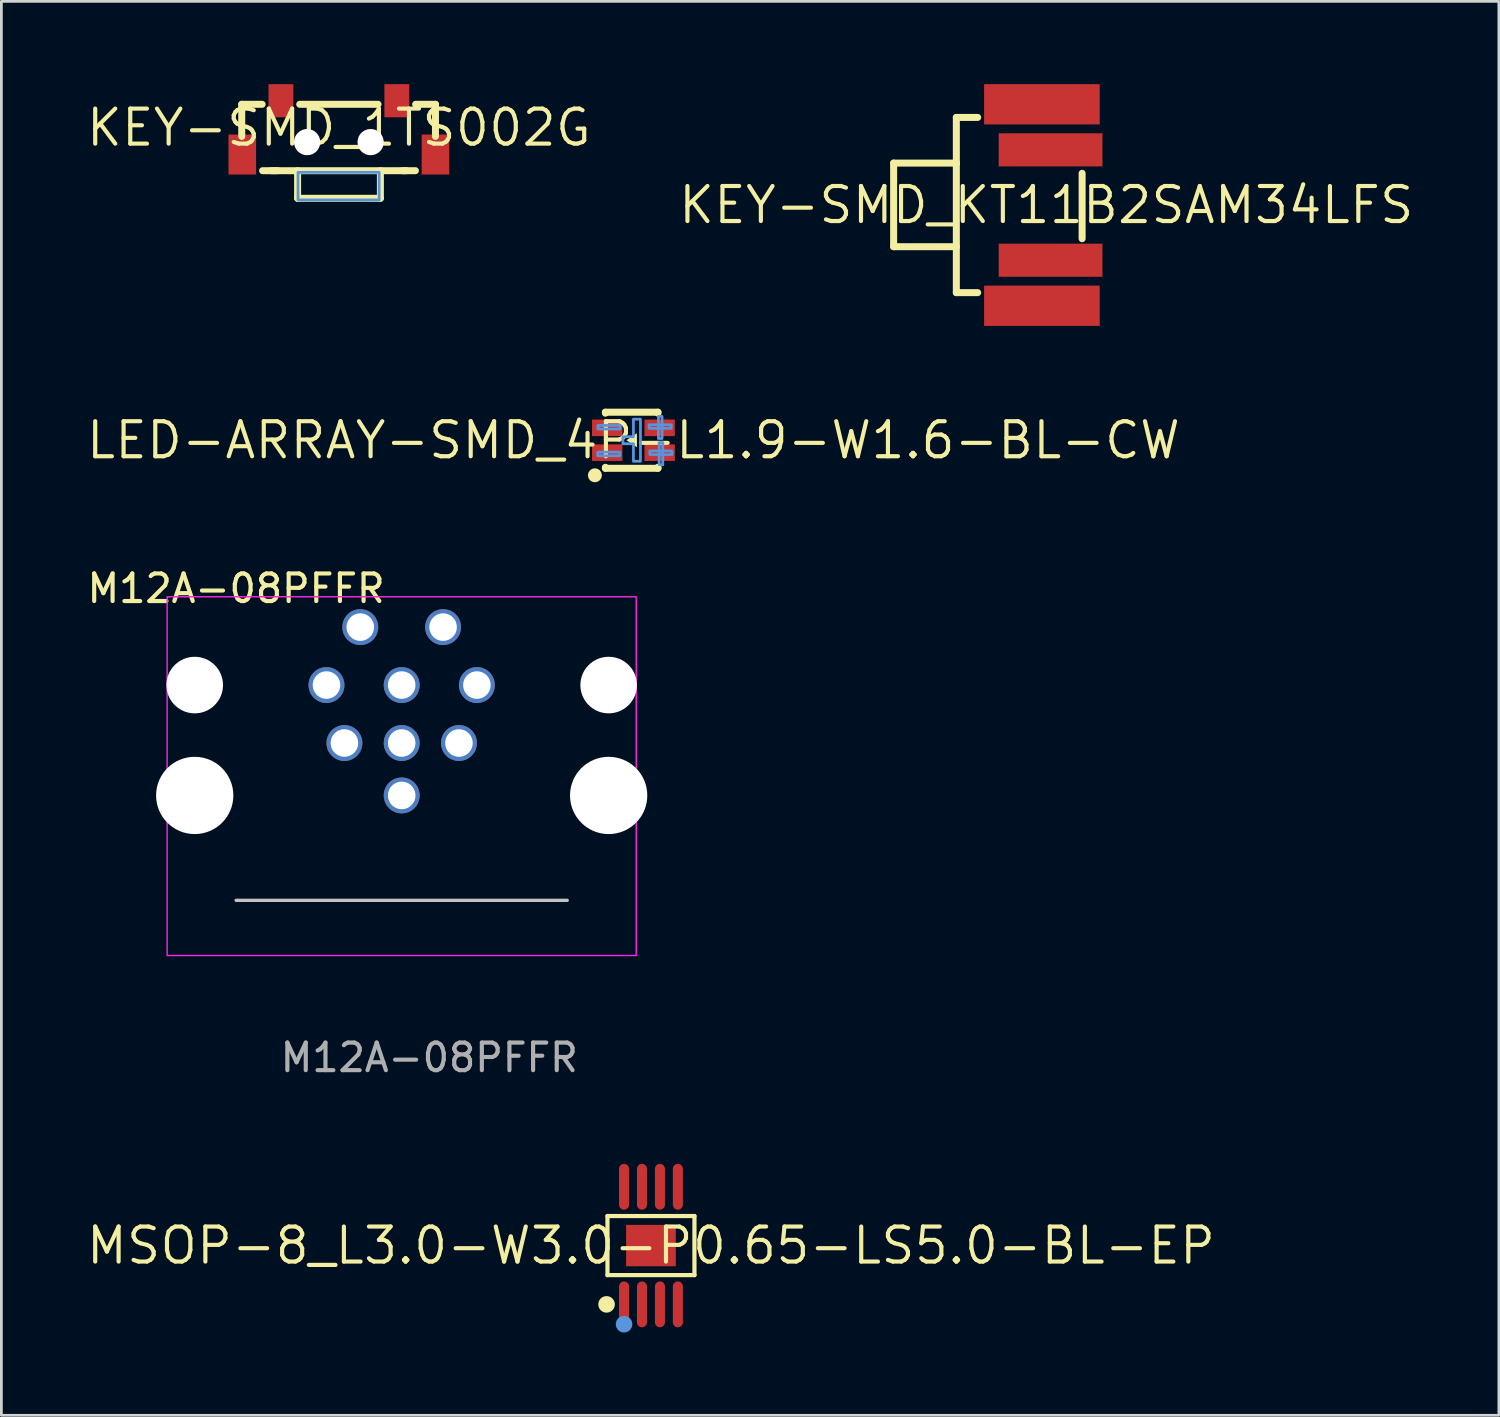
<source format=kicad_pcb>
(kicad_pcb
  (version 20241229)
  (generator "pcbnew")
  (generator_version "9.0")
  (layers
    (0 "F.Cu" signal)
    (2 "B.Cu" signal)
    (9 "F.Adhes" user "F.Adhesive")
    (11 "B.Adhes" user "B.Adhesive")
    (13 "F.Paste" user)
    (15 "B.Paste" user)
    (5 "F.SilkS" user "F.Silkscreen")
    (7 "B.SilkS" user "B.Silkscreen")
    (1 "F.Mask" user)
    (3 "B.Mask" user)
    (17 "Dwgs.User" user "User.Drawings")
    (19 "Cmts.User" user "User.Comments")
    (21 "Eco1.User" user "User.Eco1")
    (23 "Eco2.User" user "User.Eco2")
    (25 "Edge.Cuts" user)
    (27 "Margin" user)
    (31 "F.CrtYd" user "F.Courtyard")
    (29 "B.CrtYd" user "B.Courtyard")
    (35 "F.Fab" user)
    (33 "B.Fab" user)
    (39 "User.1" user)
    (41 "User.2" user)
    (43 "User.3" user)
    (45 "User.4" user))
  (footprint "LED-ARRAY-SMD_4P-L1.9-W1.6-BL-CW"
    (layer "F.Cu")
    (at 19.904 12.903)
    (property "Reference" "LED-ARRAY-SMD_4P-L1.9-W1.6-BL-CW" (at 0 0 0) (layer "F.SilkS") (effects (font (size 1.27 1.27) (thickness 0.15))))
    (attr smd)
    (fp_line (start -1.016 -1.016) (end -1.016 -0.981) (stroke (width 0.254) (type solid)) (layer "F.SilkS"))
    (fp_line (start -1.016 -1.016) (end 0.889 -1.016) (stroke (width 0.254) (type solid)) (layer "F.SilkS"))
    (fp_line (start -1.016 0.981) (end -1.016 1.016) (stroke (width 0.254) (type solid)) (layer "F.SilkS"))
    (fp_line (start 0.889 -1.016) (end 0.889 -0.981) (stroke (width 0.254) (type solid)) (layer "F.SilkS"))
    (fp_line (start 0.889 0.981) (end 0.889 1.016) (stroke (width 0.254) (type solid)) (layer "F.SilkS"))
    (fp_line (start 0.889 1.016) (end -1.016 1.016) (stroke (width 0.254) (type solid)) (layer "F.SilkS"))
    (fp_circle (center -1.397 1.27) (end -1.27 1.27) (stroke (width 0.254) (type solid)) (fill no) (layer "F.SilkS"))
    (fp_poly (pts (xy -0.254 0) (xy 0.127 0.254) (xy 0.127 -0.254)) (stroke (width 0) (type solid)) (fill yes) (layer "F.SilkS"))
    (fp_poly (pts (xy -1.292 0.431) (xy -0.492 0.431) (xy -0.492 0.563) (xy -1.294 0.563) (xy -1.294 0.527)) (stroke (width 0.1) (type solid)) (fill no) (layer "Cmts.User"))
    (fp_poly (pts (xy -1.286 -0.537) (xy -0.486 -0.537) (xy -0.486 -0.406) (xy -1.287 -0.406) (xy -1.287 -0.442)) (stroke (width 0.1) (type solid)) (fill no) (layer "Cmts.User"))
    (fp_poly (pts (xy 0.568 -0.561) (xy 1.368 -0.561) (xy 1.368 -0.43) (xy 0.567 -0.43) (xy 0.567 -0.466)) (stroke (width 0.1) (type solid)) (fill no) (layer "Cmts.User"))
    (fp_poly (pts (xy 0.595 0.388) (xy 1.395 0.388) (xy 1.395 0.519) (xy 0.593 0.519) (xy 0.593 0.483)) (stroke (width 0.1) (type solid)) (fill no) (layer "Cmts.User"))
    (fp_poly (pts (xy 0.905 -0.063) (xy 0.905 -0.863) (xy 1.037 -0.863) (xy 1.037 -0.062) (xy 1.001 -0.062)) (stroke (width 0.1) (type solid)) (fill no) (layer "Cmts.User"))
    (fp_poly (pts (xy 0.932 0.886) (xy 0.932 0.086) (xy 1.064 0.086) (xy 1.064 0.887) (xy 1.027 0.887)) (stroke (width 0.1) (type solid)) (fill no) (layer "Cmts.User"))
    (fp_poly (pts (xy 0 -0.762) (xy 0 -0.127) (xy -0.381 -0.127) (xy -0.381 0.127) (xy 0 0.127) (xy 0 0.762) (xy 0.254 0.762) (xy 0.254 -0.762)) (stroke (width 0.1) (type solid)) (fill no) (layer "Cmts.User"))
    (fp_text user "" (at 0 0 0) (layer "Cmts.User") (effects (font (size 1 1) (thickness 0.15))))
    (pad "1" smd rect (at -0.95 0.45) (size 1.1 0.6) (layers "F.Cu" "F.Mask" "F.Paste"))
    (pad "2" smd rect (at -0.95 -0.45) (size 1.1 0.6) (layers "F.Cu" "F.Mask" "F.Paste"))
    (pad "3" smd rect (at 0.95 -0.45) (size 1.1 0.6) (layers "F.Cu" "F.Mask" "F.Paste"))
    (pad "4" smd rect (at 0.95 0.45) (size 1.1 0.6) (layers "F.Cu" "F.Mask" "F.Paste")))
  (footprint "MSOP-8_L3.0-W3.0-P0.65-LS5.0-BL-EP"
    (layer "F.Cu")
    (at 20.539 42.086)
    (property "Reference" "MSOP-8_L3.0-W3.0-P0.65-LS5.0-BL-EP" (at 0 0 0) (layer "F.SilkS") (effects (font (size 1.27 1.27) (thickness 0.15))))
    (attr smd)
    (fp_line (start -1.576 -1.071) (end 1.576 -1.071) (stroke (width 0.152) (type solid)) (layer "F.SilkS"))
    (fp_line (start -1.576 1.071) (end -1.576 -1.071) (stroke (width 0.152) (type solid)) (layer "F.SilkS"))
    (fp_line (start 1.576 -1.071) (end 1.576 1.071) (stroke (width 0.152) (type solid)) (layer "F.SilkS"))
    (fp_line (start 1.576 1.071) (end -1.576 1.071) (stroke (width 0.152) (type solid)) (layer "F.SilkS"))
    (fp_circle (center -1.609 2.131) (end -1.459 2.131) (stroke (width 0.3) (type solid)) (fill no) (layer "F.SilkS"))
    (fp_circle (center -0.975 2.85) (end -0.825 2.85) (stroke (width 0.3) (type solid)) (fill no) (layer "Cmts.User"))
    (fp_text user "" (at 0 0 0) (layer "Cmts.User") (effects (font (size 1 1) (thickness 0.15))))
    (pad "1" smd oval (at -0.975 2.131) (size 0.364 1.662) (layers "F.Cu" "F.Mask" "F.Paste"))
    (pad "2" smd oval (at -0.325 2.131) (size 0.364 1.662) (layers "F.Cu" "F.Mask" "F.Paste"))
    (pad "3" smd oval (at 0.325 2.131) (size 0.364 1.662) (layers "F.Cu" "F.Mask" "F.Paste"))
    (pad "4" smd oval (at 0.975 2.131) (size 0.364 1.662) (layers "F.Cu" "F.Mask" "F.Paste"))
    (pad "5" smd oval (at 0.975 -2.131) (size 0.364 1.662) (layers "F.Cu" "F.Mask" "F.Paste"))
    (pad "6" smd oval (at 0.325 -2.131) (size 0.364 1.662) (layers "F.Cu" "F.Mask" "F.Paste"))
    (pad "7" smd oval (at -0.325 -2.131) (size 0.364 1.662) (layers "F.Cu" "F.Mask" "F.Paste"))
    (pad "8" smd oval (at -0.975 -2.131) (size 0.364 1.662) (layers "F.Cu" "F.Mask" "F.Paste"))
    (pad "9" smd rect (at 0 0) (size 1.8 1.5) (layers "F.Cu" "F.Mask" "F.Paste")))
  (footprint "KEY-SMD_1TS002G"
    (layer "F.Cu")
    (at 9.23 1.575)
    (property "Reference" "KEY-SMD_1TS002G" (at 0 0 0) (layer "F.SilkS") (effects (font (size 1.27 1.27) (thickness 0.15))))
    (attr smd)
    (fp_line (start -3.52 -0.845) (end -3.52 0.319) (stroke (width 0.254) (type solid)) (layer "F.SilkS"))
    (fp_line (start -3.52 -0.845) (end -2.781 -0.845) (stroke (width 0.254) (type solid)) (layer "F.SilkS"))
    (fp_line (start -2.44 1.56) (end 2.448 1.56) (stroke (width 0.254) (type solid)) (layer "F.SilkS"))
    (fp_line (start -2.224 1.56) (end -2.765 1.56) (stroke (width 0.254) (type solid)) (layer "F.SilkS"))
    (fp_line (start -1.496 1.56) (end -1.496 2.56) (stroke (width 0.254) (type solid)) (layer "F.SilkS"))
    (fp_line (start -1.496 2.56) (end 1.504 2.56) (stroke (width 0.254) (type solid)) (layer "F.SilkS"))
    (fp_line (start -1.419 -0.845) (end 1.419 -0.845) (stroke (width 0.254) (type solid)) (layer "F.SilkS"))
    (fp_line (start 1.504 2.56) (end 1.504 1.56) (stroke (width 0.254) (type solid)) (layer "F.SilkS"))
    (fp_line (start 2.31 1.56) (end 2.773 1.56) (stroke (width 0.254) (type solid)) (layer "F.SilkS"))
    (fp_line (start 2.781 -0.845) (end 3.5 -0.845) (stroke (width 0.254) (type solid)) (layer "F.SilkS"))
    (fp_line (start 3.5 -0.845) (end 3.5 0.319) (stroke (width 0.254) (type solid)) (layer "F.SilkS"))
    (fp_circle (center -1.15 0.525) (end -0.975 0.525) (stroke (width 0.35) (type solid)) (fill no) (layer "Cmts.User"))
    (fp_circle (center 1.15 0.525) (end 1.325 0.525) (stroke (width 0.35) (type solid)) (fill no) (layer "Cmts.User"))
    (fp_poly (pts (xy -1.48 1.62) (xy 1.46 1.62) (xy 1.46 2.62) (xy -1.48 2.62) (xy -1.48 2.52)) (stroke (width 0.1) (type solid)) (fill no) (layer "Cmts.User"))
    (fp_text user "" (at 0 0 0) (layer "Cmts.User") (effects (font (size 1 1) (thickness 0.15))))
    (pad "" np_thru_hole circle (at -1.15 0.525) (size 0.95 0.95) (drill 0.95) (layers "*.Cu" "*.Mask"))
    (pad "" np_thru_hole circle (at 1.15 0.525) (size 0.95 0.95) (drill 0.95) (layers "*.Cu" "*.Mask"))
    (pad "1" smd rect (at -2.1 -0.975 270) (size 1.2 0.9) (layers "F.Cu" "F.Mask" "F.Paste"))
    (pad "2" smd rect (at 2.1 -0.975 90) (size 1.2 0.9) (layers "F.Cu" "F.Mask" "F.Paste"))
    (pad "3" smd rect (at 3.5 0.975 180) (size 1 1.45) (layers "F.Cu" "F.Mask" "F.Paste"))
    (pad "4" smd rect (at -3.5 0.975 180) (size 1 1.45) (layers "F.Cu" "F.Mask" "F.Paste")))
  (footprint "M12A-08PFFR"
    (layer "F.Cu")
    (at 11.506 31.575)
    (property "Reference" "M12A-08PFFR" (at -6 -13.3 0) (unlocked yes) (layer "F.SilkS") (effects (font (size 1 1) (thickness 0.15))))
    (attr through_hole)
    (fp_line (start -6 -2) (end 6 -2) (stroke (width 0.12) (type default)) (layer "Dwgs.User"))
    (fp_rect (start -8.5 -13) (end 8.5 0) (stroke (width 0.05) (type default)) (fill no) (layer "F.CrtYd"))
    (fp_text user "${REFERENCE}" (at 1 3.7 0) (unlocked yes) (layer "F.Fab") (effects (font (size 1 1) (thickness 0.15))))
    (pad "" np_thru_hole circle (at -7.5 -9.8) (size 2.05 2.05) (drill 2.05) (layers "*.Cu" "*.Mask"))
    (pad "" np_thru_hole circle (at -7.5 -5.8) (size 2.8 2.8) (drill 2.8) (layers "*.Cu" "*.Mask"))
    (pad "" np_thru_hole circle (at 7.5 -9.8) (size 2.05 2.05) (drill 2.05) (layers "*.Cu" "*.Mask"))
    (pad "" np_thru_hole circle (at 7.5 -5.8) (size 2.8 2.8) (drill 2.8) (layers "*.Cu" "*.Mask"))
    (pad "1" thru_hole circle (at -1.5 -11.9) (size 1.3 1.3) (drill 1) (layers "*.Cu" "*.Mask"))
    (pad "2" thru_hole circle (at 1.5 -11.9) (size 1.3 1.3) (drill 1) (layers "*.Cu" "*.Mask"))
    (pad "3" thru_hole circle (at 2.725 -9.8) (size 1.3 1.3) (drill 1) (layers "*.Cu" "*.Mask"))
    (pad "4" thru_hole circle (at 2.075 -7.7) (size 1.3 1.3) (drill 1) (layers "*.Cu" "*.Mask"))
    (pad "5" thru_hole circle (at 0 -7.7) (size 1.3 1.3) (drill 1) (layers "*.Cu" "*.Mask"))
    (pad "6" thru_hole circle (at -2.075 -7.7) (size 1.3 1.3) (drill 1) (layers "*.Cu" "*.Mask"))
    (pad "7" thru_hole circle (at -2.725 -9.8) (size 1.3 1.3) (drill 1) (layers "*.Cu" "*.Mask"))
    (pad "8" thru_hole circle (at 0 -9.8) (size 1.3 1.3) (drill 1) (layers "*.Cu" "*.Mask"))
    (pad "9" thru_hole circle (at 0 -5.8) (size 1.3 1.3) (drill 1) (layers "*.Cu" "*.Mask")))
  (footprint "KEY-SMD_KT11B2SAM34LFS"
    (layer "F.Cu")
    (at 34.863 4.38)
    (property "Reference" "KEY-SMD_KT11B2SAM34LFS" (at 0 0 0) (layer "F.SilkS") (effects (font (size 1.27 1.27) (thickness 0.15))))
    (attr smd)
    (fp_line (start -5.53 -1.52) (end -3.258 -1.52) (stroke (width 0.254) (type solid)) (layer "F.SilkS"))
    (fp_line (start -5.53 1.509) (end -5.53 -1.52) (stroke (width 0.254) (type solid)) (layer "F.SilkS"))
    (fp_line (start -3.258 -3.175) (end -2.484 -3.175) (stroke (width 0.254) (type solid)) (layer "F.SilkS"))
    (fp_line (start -3.258 -1.52) (end -3.258 -1.508) (stroke (width 0.254) (type solid)) (layer "F.SilkS"))
    (fp_line (start -3.258 1.509) (end -5.53 1.509) (stroke (width 0.254) (type solid)) (layer "F.SilkS"))
    (fp_line (start -3.258 3.175) (end -3.258 -3.175) (stroke (width 0.254) (type solid)) (layer "F.SilkS"))
    (fp_line (start -3.258 3.175) (end -2.484 3.175) (stroke (width 0.254) (type solid)) (layer "F.SilkS"))
    (fp_line (start 1.3 -1.15) (end 1.3 1.22) (stroke (width 0.254) (type solid)) (layer "F.SilkS"))
    (fp_text user "" (at 0 0 0) (layer "Cmts.User") (effects (font (size 1 1) (thickness 0.15))))
    (pad "1" smd rect (at -0.157 3.65 90) (size 1.46 4.19) (layers "F.Cu" "F.Mask" "F.Paste"))
    (pad "2" smd rect (at 0.157 2 90) (size 1.2 3.76) (layers "F.Cu" "F.Mask" "F.Paste"))
    (pad "3" smd rect (at -0.157 -3.65 90) (size 1.46 4.19) (layers "F.Cu" "F.Mask" "F.Paste"))
    (pad "4" smd rect (at 0.157 -2 90) (size 1.2 3.76) (layers "F.Cu" "F.Mask" "F.Paste")))
  (gr_rect
    (start -3 -3)
    (end 51.265 48.236)
    (stroke (width 0.1) (type default))
    (fill no)
    (layer "Edge.Cuts")))
</source>
